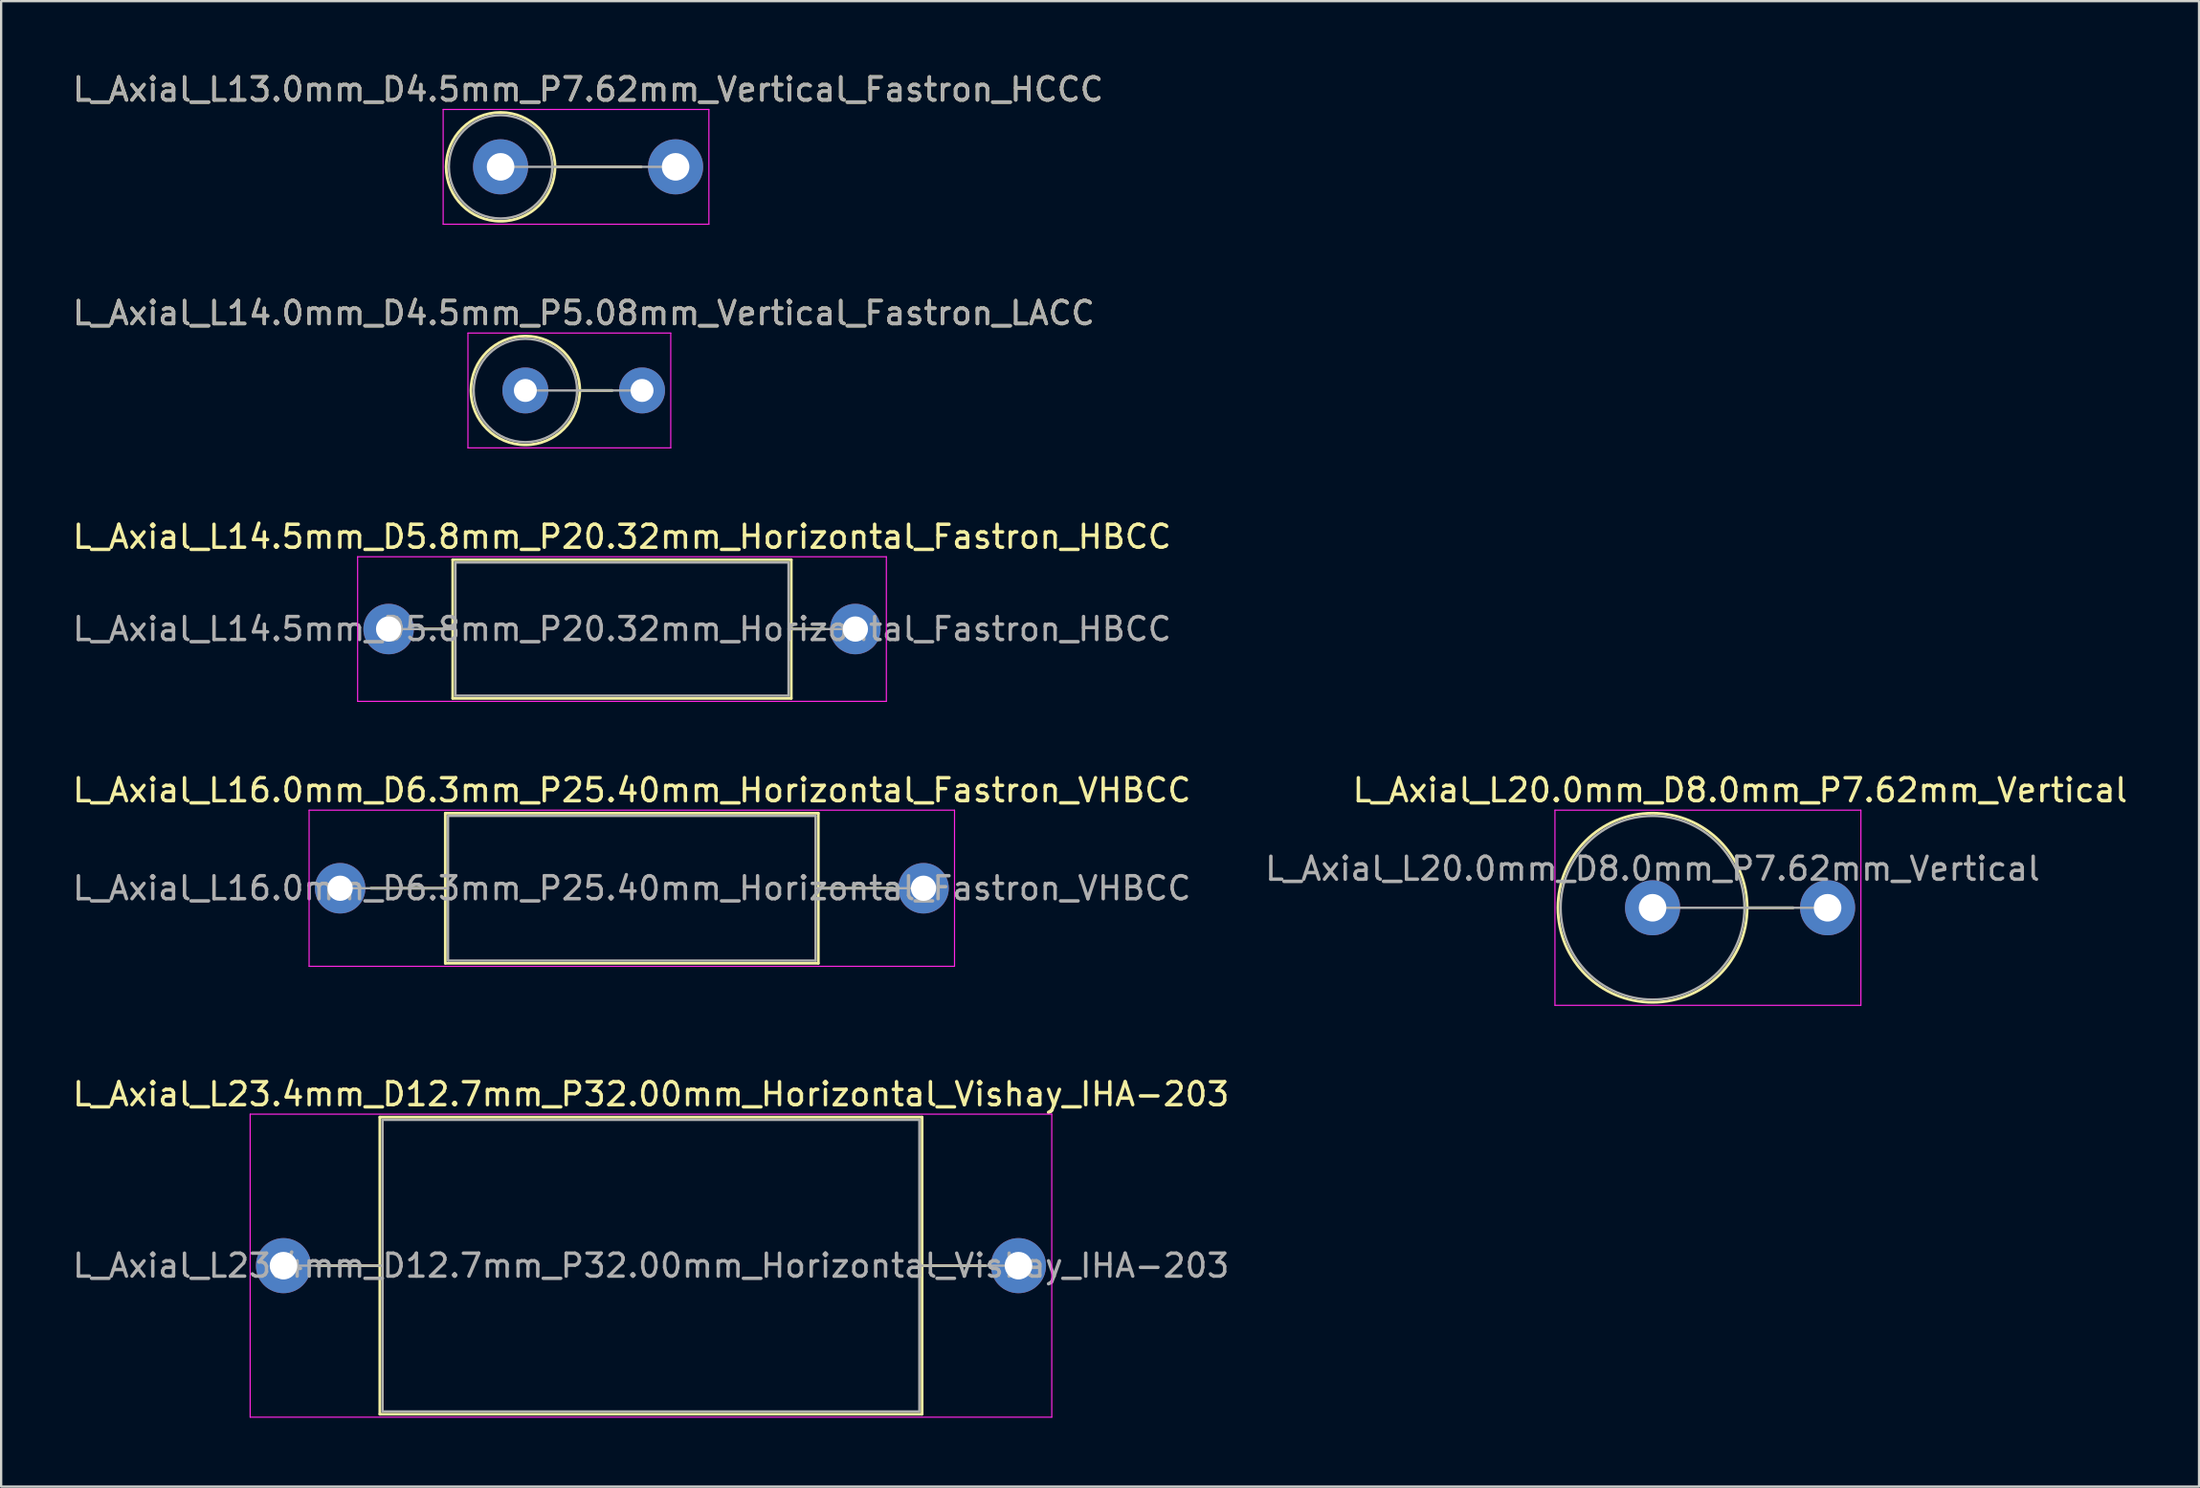
<source format=kicad_pcb>
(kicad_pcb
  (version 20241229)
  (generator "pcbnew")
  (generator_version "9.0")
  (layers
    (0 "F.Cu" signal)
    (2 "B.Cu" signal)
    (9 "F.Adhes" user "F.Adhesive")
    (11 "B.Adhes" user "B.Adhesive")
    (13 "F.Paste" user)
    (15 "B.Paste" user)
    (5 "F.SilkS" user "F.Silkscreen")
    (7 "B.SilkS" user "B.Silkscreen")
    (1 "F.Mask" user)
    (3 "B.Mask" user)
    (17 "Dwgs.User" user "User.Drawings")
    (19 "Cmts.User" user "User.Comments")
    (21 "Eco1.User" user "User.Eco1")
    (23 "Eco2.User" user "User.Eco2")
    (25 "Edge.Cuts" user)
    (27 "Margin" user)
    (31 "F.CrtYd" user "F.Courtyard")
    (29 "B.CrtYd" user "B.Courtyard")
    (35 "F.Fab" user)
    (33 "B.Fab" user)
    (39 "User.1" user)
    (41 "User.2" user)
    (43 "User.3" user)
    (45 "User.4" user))
  (footprint "L_Axial_L14.0mm_D4.5mm_P5.08mm_Vertical_Fastron_LACC"
    (layer "F.Cu")
    (at 19.823 13.961)
    (property "Reference" "L_Axial_L14.0mm_D4.5mm_P5.08mm_Vertical_Fastron_LACC" (at 2.54 -3.37 0) (layer "F.SilkS") (effects (font (size 1 1) (thickness 0.15))))
    (attr through_hole)
    (fp_line (start 2.37 0) (end 3.78 0) (stroke (width 0.12) (type solid)) (layer "F.SilkS"))
    (fp_circle (center 0 0) (end 2.37 0) (stroke (width 0.12) (type solid)) (fill no) (layer "F.SilkS"))
    (fp_line (start -2.5 -2.5) (end -2.5 2.5) (stroke (width 0.05) (type solid)) (layer "F.CrtYd"))
    (fp_line (start -2.5 2.5) (end 6.33 2.5) (stroke (width 0.05) (type solid)) (layer "F.CrtYd"))
    (fp_line (start 6.33 -2.5) (end -2.5 -2.5) (stroke (width 0.05) (type solid)) (layer "F.CrtYd"))
    (fp_line (start 6.33 2.5) (end 6.33 -2.5) (stroke (width 0.05) (type solid)) (layer "F.CrtYd"))
    (fp_line (start 0 0) (end 5.08 0) (stroke (width 0.1) (type solid)) (layer "F.Fab"))
    (fp_circle (center 0 0) (end 2.25 0) (stroke (width 0.1) (type solid)) (fill no) (layer "F.Fab"))
    (fp_text user "${REFERENCE}" (at 2.54 -3.37 0) (layer "F.Fab") (effects (font (size 1 1) (thickness 0.15))))
    (pad "1" thru_hole circle (at 0 0) (size 2 2) (drill 1) (layers "*.Cu" "*.Mask"))
    (pad "2" thru_hole oval (at 5.08 0) (size 2 2) (drill 1) (layers "*.Cu" "*.Mask")))
  (footprint "L_Axial_L16.0mm_D6.3mm_P25.40mm_Horizontal_Fastron_VHBCC"
    (layer "F.Cu")
    (at 11.758 35.648)
    (property "Reference" "L_Axial_L16.0mm_D6.3mm_P25.40mm_Horizontal_Fastron_VHBCC" (at 12.7 -4.27 0) (layer "F.SilkS") (effects (font (size 1 1) (thickness 0.15))))
    (attr through_hole)
    (fp_line (start 1.34 0) (end 4.58 0) (stroke (width 0.12) (type solid)) (layer "F.SilkS"))
    (fp_line (start 4.58 -3.27) (end 4.58 3.27) (stroke (width 0.12) (type solid)) (layer "F.SilkS"))
    (fp_line (start 4.58 3.27) (end 20.82 3.27) (stroke (width 0.12) (type solid)) (layer "F.SilkS"))
    (fp_line (start 20.82 -3.27) (end 4.58 -3.27) (stroke (width 0.12) (type solid)) (layer "F.SilkS"))
    (fp_line (start 20.82 3.27) (end 20.82 -3.27) (stroke (width 0.12) (type solid)) (layer "F.SilkS"))
    (fp_line (start 24.06 0) (end 20.82 0) (stroke (width 0.12) (type solid)) (layer "F.SilkS"))
    (fp_line (start -1.35 -3.4) (end -1.35 3.4) (stroke (width 0.05) (type solid)) (layer "F.CrtYd"))
    (fp_line (start -1.35 3.4) (end 26.75 3.4) (stroke (width 0.05) (type solid)) (layer "F.CrtYd"))
    (fp_line (start 26.75 -3.4) (end -1.35 -3.4) (stroke (width 0.05) (type solid)) (layer "F.CrtYd"))
    (fp_line (start 26.75 3.4) (end 26.75 -3.4) (stroke (width 0.05) (type solid)) (layer "F.CrtYd"))
    (fp_line (start 0 0) (end 4.7 0) (stroke (width 0.1) (type solid)) (layer "F.Fab"))
    (fp_line (start 4.7 -3.15) (end 4.7 3.15) (stroke (width 0.1) (type solid)) (layer "F.Fab"))
    (fp_line (start 4.7 3.15) (end 20.7 3.15) (stroke (width 0.1) (type solid)) (layer "F.Fab"))
    (fp_line (start 20.7 -3.15) (end 4.7 -3.15) (stroke (width 0.1) (type solid)) (layer "F.Fab"))
    (fp_line (start 20.7 3.15) (end 20.7 -3.15) (stroke (width 0.1) (type solid)) (layer "F.Fab"))
    (fp_line (start 25.4 0) (end 20.7 0) (stroke (width 0.1) (type solid)) (layer "F.Fab"))
    (fp_text user "${REFERENCE}" (at 12.7 0 0) (layer "F.Fab") (effects (font (size 1 1) (thickness 0.15))))
    (pad "1" thru_hole circle (at 0 0) (size 2.2 2.2) (drill 1.1) (layers "*.Cu" "*.Mask"))
    (pad "2" thru_hole oval (at 25.4 0) (size 2.2 2.2) (drill 1.1) (layers "*.Cu" "*.Mask")))
  (footprint "L_Axial_L14.5mm_D5.8mm_P20.32mm_Horizontal_Fastron_HBCC"
    (layer "F.Cu")
    (at 13.87 24.355)
    (property "Reference" "L_Axial_L14.5mm_D5.8mm_P20.32mm_Horizontal_Fastron_HBCC" (at 10.16 -4.02 0) (layer "F.SilkS") (effects (font (size 1 1) (thickness 0.15))))
    (attr through_hole)
    (fp_line (start 1.34 0) (end 2.79 0) (stroke (width 0.12) (type solid)) (layer "F.SilkS"))
    (fp_line (start 2.79 -3.02) (end 2.79 3.02) (stroke (width 0.12) (type solid)) (layer "F.SilkS"))
    (fp_line (start 2.79 3.02) (end 17.53 3.02) (stroke (width 0.12) (type solid)) (layer "F.SilkS"))
    (fp_line (start 17.53 -3.02) (end 2.79 -3.02) (stroke (width 0.12) (type solid)) (layer "F.SilkS"))
    (fp_line (start 17.53 3.02) (end 17.53 -3.02) (stroke (width 0.12) (type solid)) (layer "F.SilkS"))
    (fp_line (start 18.98 0) (end 17.53 0) (stroke (width 0.12) (type solid)) (layer "F.SilkS"))
    (fp_line (start -1.35 -3.15) (end -1.35 3.15) (stroke (width 0.05) (type solid)) (layer "F.CrtYd"))
    (fp_line (start -1.35 3.15) (end 21.67 3.15) (stroke (width 0.05) (type solid)) (layer "F.CrtYd"))
    (fp_line (start 21.67 -3.15) (end -1.35 -3.15) (stroke (width 0.05) (type solid)) (layer "F.CrtYd"))
    (fp_line (start 21.67 3.15) (end 21.67 -3.15) (stroke (width 0.05) (type solid)) (layer "F.CrtYd"))
    (fp_line (start 0 0) (end 2.91 0) (stroke (width 0.1) (type solid)) (layer "F.Fab"))
    (fp_line (start 2.91 -2.9) (end 2.91 2.9) (stroke (width 0.1) (type solid)) (layer "F.Fab"))
    (fp_line (start 2.91 2.9) (end 17.41 2.9) (stroke (width 0.1) (type solid)) (layer "F.Fab"))
    (fp_line (start 17.41 -2.9) (end 2.91 -2.9) (stroke (width 0.1) (type solid)) (layer "F.Fab"))
    (fp_line (start 17.41 2.9) (end 17.41 -2.9) (stroke (width 0.1) (type solid)) (layer "F.Fab"))
    (fp_line (start 20.32 0) (end 17.41 0) (stroke (width 0.1) (type solid)) (layer "F.Fab"))
    (fp_text user "${REFERENCE}" (at 10.16 0 0) (layer "F.Fab") (effects (font (size 1 1) (thickness 0.15))))
    (pad "1" thru_hole circle (at 0 0) (size 2.2 2.2) (drill 1.1) (layers "*.Cu" "*.Mask"))
    (pad "2" thru_hole oval (at 20.32 0) (size 2.2 2.2) (drill 1.1) (layers "*.Cu" "*.Mask")))
  (footprint "L_Axial_L23.4mm_D12.7mm_P32.00mm_Horizontal_Vishay_IHA-203"
    (layer "F.Cu")
    (at 9.292 52.091)
    (property "Reference" "L_Axial_L23.4mm_D12.7mm_P32.00mm_Horizontal_Vishay_IHA-203" (at 16 -7.47 0) (layer "F.SilkS") (effects (font (size 1 1) (thickness 0.15))))
    (attr through_hole)
    (fp_line (start 1.44 0) (end 4.195 0) (stroke (width 0.12) (type solid)) (layer "F.SilkS"))
    (fp_line (start 4.195 -6.47) (end 4.195 6.47) (stroke (width 0.12) (type solid)) (layer "F.SilkS"))
    (fp_line (start 4.195 6.47) (end 27.805 6.47) (stroke (width 0.12) (type solid)) (layer "F.SilkS"))
    (fp_line (start 27.805 -6.47) (end 4.195 -6.47) (stroke (width 0.12) (type solid)) (layer "F.SilkS"))
    (fp_line (start 27.805 6.47) (end 27.805 -6.47) (stroke (width 0.12) (type solid)) (layer "F.SilkS"))
    (fp_line (start 30.56 0) (end 27.805 0) (stroke (width 0.12) (type solid)) (layer "F.SilkS"))
    (fp_line (start -1.45 -6.6) (end -1.45 6.6) (stroke (width 0.05) (type solid)) (layer "F.CrtYd"))
    (fp_line (start -1.45 6.6) (end 33.45 6.6) (stroke (width 0.05) (type solid)) (layer "F.CrtYd"))
    (fp_line (start 33.45 -6.6) (end -1.45 -6.6) (stroke (width 0.05) (type solid)) (layer "F.CrtYd"))
    (fp_line (start 33.45 6.6) (end 33.45 -6.6) (stroke (width 0.05) (type solid)) (layer "F.CrtYd"))
    (fp_line (start 0 0) (end 4.315 0) (stroke (width 0.1) (type solid)) (layer "F.Fab"))
    (fp_line (start 4.315 -6.35) (end 4.315 6.35) (stroke (width 0.1) (type solid)) (layer "F.Fab"))
    (fp_line (start 4.315 6.35) (end 27.685 6.35) (stroke (width 0.1) (type solid)) (layer "F.Fab"))
    (fp_line (start 27.685 -6.35) (end 4.315 -6.35) (stroke (width 0.1) (type solid)) (layer "F.Fab"))
    (fp_line (start 27.685 6.35) (end 27.685 -6.35) (stroke (width 0.1) (type solid)) (layer "F.Fab"))
    (fp_line (start 32 0) (end 27.685 0) (stroke (width 0.1) (type solid)) (layer "F.Fab"))
    (fp_text user "${REFERENCE}" (at 16 0 0) (layer "F.Fab") (effects (font (size 1 1) (thickness 0.15))))
    (pad "1" thru_hole circle (at 0 0) (size 2.4 2.4) (drill 1.2) (layers "*.Cu" "*.Mask"))
    (pad "2" thru_hole oval (at 32 0) (size 2.4 2.4) (drill 1.2) (layers "*.Cu" "*.Mask")))
  (footprint "L_Axial_L13.0mm_D4.5mm_P7.62mm_Vertical_Fastron_HCCC"
    (layer "F.Cu")
    (at 18.744 4.218)
    (property "Reference" "L_Axial_L13.0mm_D4.5mm_P7.62mm_Vertical_Fastron_HCCC" (at 3.81 -3.37 0) (layer "F.SilkS") (effects (font (size 1 1) (thickness 0.15))))
    (attr through_hole)
    (fp_line (start 2.37 0) (end 6.12 0) (stroke (width 0.12) (type solid)) (layer "F.SilkS"))
    (fp_circle (center 0 0) (end 2.37 0) (stroke (width 0.12) (type solid)) (fill no) (layer "F.SilkS"))
    (fp_line (start -2.5 -2.5) (end -2.5 2.5) (stroke (width 0.05) (type solid)) (layer "F.CrtYd"))
    (fp_line (start -2.5 2.5) (end 9.07 2.5) (stroke (width 0.05) (type solid)) (layer "F.CrtYd"))
    (fp_line (start 9.07 -2.5) (end -2.5 -2.5) (stroke (width 0.05) (type solid)) (layer "F.CrtYd"))
    (fp_line (start 9.07 2.5) (end 9.07 -2.5) (stroke (width 0.05) (type solid)) (layer "F.CrtYd"))
    (fp_line (start 0 0) (end 7.62 0) (stroke (width 0.1) (type solid)) (layer "F.Fab"))
    (fp_circle (center 0 0) (end 2.25 0) (stroke (width 0.1) (type solid)) (fill no) (layer "F.Fab"))
    (fp_text user "${REFERENCE}" (at 3.81 -3.37 0) (layer "F.Fab") (effects (font (size 1 1) (thickness 0.15))))
    (pad "1" thru_hole circle (at 0 0) (size 2.4 2.4) (drill 1.2) (layers "*.Cu" "*.Mask"))
    (pad "2" thru_hole oval (at 7.62 0) (size 2.4 2.4) (drill 1.2) (layers "*.Cu" "*.Mask")))
  (footprint "L_Axial_L20.0mm_D8.0mm_P7.62mm_Vertical"
    (layer "F.Cu")
    (at 68.899 36.498)
    (property "Reference" "L_Axial_L20.0mm_D8.0mm_P7.62mm_Vertical" (at 3.81 -5.12 0) (layer "F.SilkS") (effects (font (size 1 1) (thickness 0.15))))
    (attr through_hole)
    (fp_line (start 4.12 0) (end 6.12 0) (stroke (width 0.12) (type solid)) (layer "F.SilkS"))
    (fp_circle (center 0 0) (end 4.12 0) (stroke (width 0.12) (type solid)) (fill no) (layer "F.SilkS"))
    (fp_line (start -4.25 -4.25) (end -4.25 4.25) (stroke (width 0.05) (type solid)) (layer "F.CrtYd"))
    (fp_line (start -4.25 4.25) (end 9.07 4.25) (stroke (width 0.05) (type solid)) (layer "F.CrtYd"))
    (fp_line (start 9.07 -4.25) (end -4.25 -4.25) (stroke (width 0.05) (type solid)) (layer "F.CrtYd"))
    (fp_line (start 9.07 4.25) (end 9.07 -4.25) (stroke (width 0.05) (type solid)) (layer "F.CrtYd"))
    (fp_line (start 0 0) (end 7.62 0) (stroke (width 0.1) (type solid)) (layer "F.Fab"))
    (fp_circle (center 0 0) (end 4 0) (stroke (width 0.1) (type solid)) (fill no) (layer "F.Fab"))
    (fp_text user "${REFERENCE}" (at 0 -1.7 0) (layer "F.Fab") (effects (font (size 1 1) (thickness 0.15))))
    (pad "1" thru_hole circle (at 0 0) (size 2.4 2.4) (drill 1.2) (layers "*.Cu" "*.Mask"))
    (pad "2" thru_hole oval (at 7.62 0) (size 2.4 2.4) (drill 1.2) (layers "*.Cu" "*.Mask")))
  (gr_rect
    (start -3 -3)
    (end 92.691 61.716)
    (stroke (width 0.1) (type default))
    (fill no)
    (layer "Edge.Cuts")))
</source>
